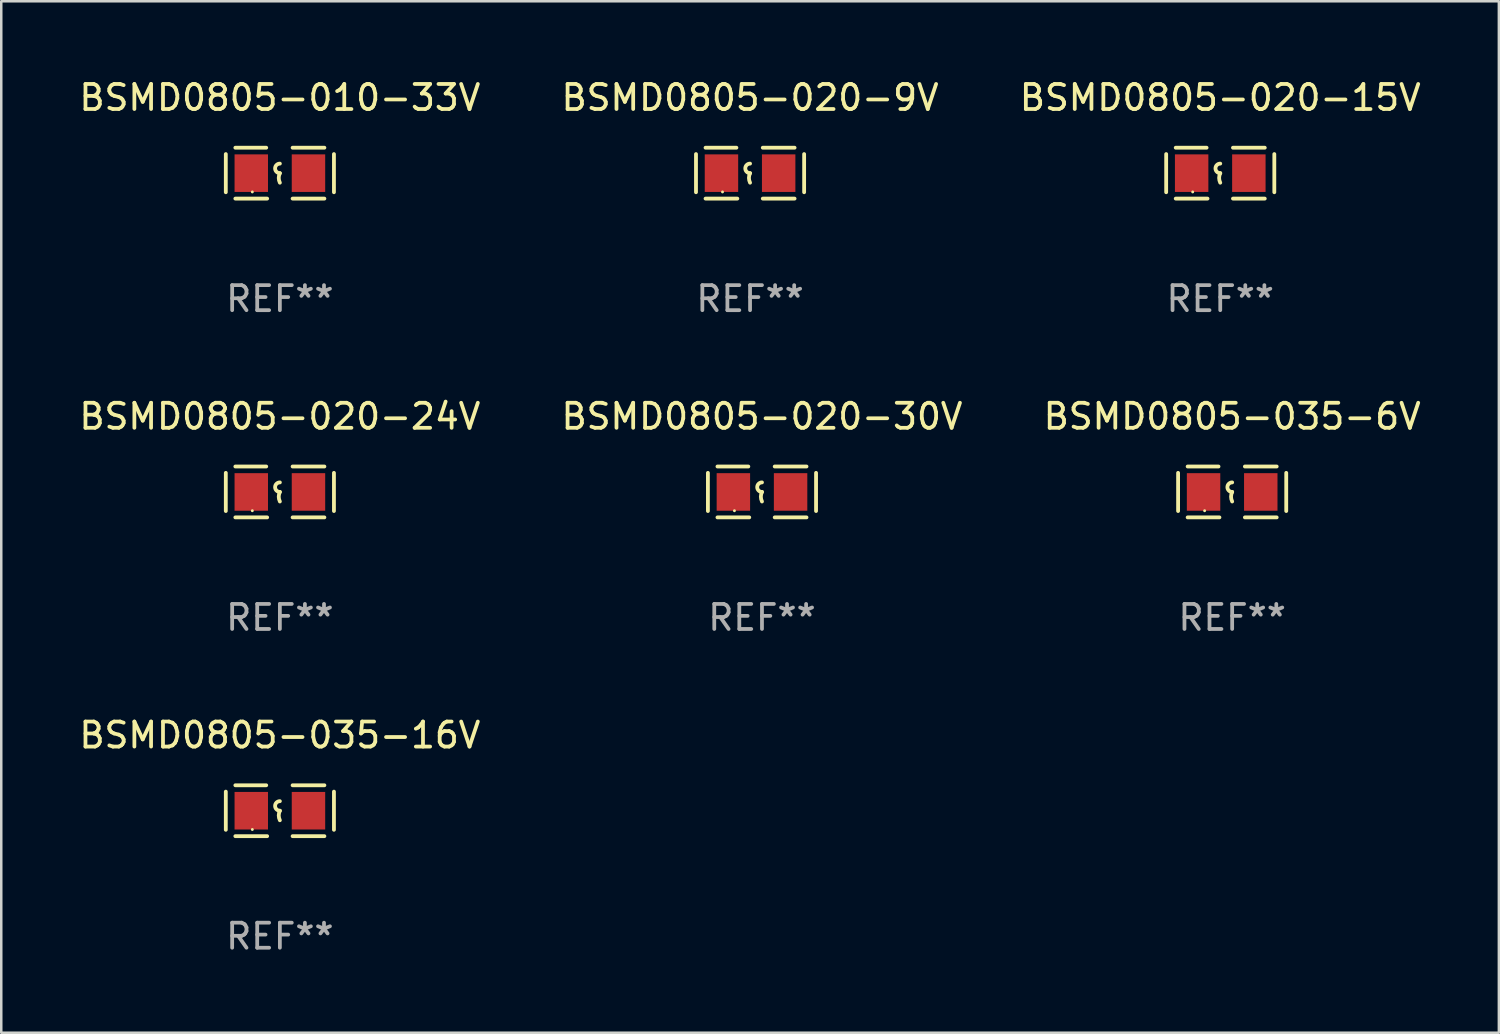
<source format=kicad_pcb>
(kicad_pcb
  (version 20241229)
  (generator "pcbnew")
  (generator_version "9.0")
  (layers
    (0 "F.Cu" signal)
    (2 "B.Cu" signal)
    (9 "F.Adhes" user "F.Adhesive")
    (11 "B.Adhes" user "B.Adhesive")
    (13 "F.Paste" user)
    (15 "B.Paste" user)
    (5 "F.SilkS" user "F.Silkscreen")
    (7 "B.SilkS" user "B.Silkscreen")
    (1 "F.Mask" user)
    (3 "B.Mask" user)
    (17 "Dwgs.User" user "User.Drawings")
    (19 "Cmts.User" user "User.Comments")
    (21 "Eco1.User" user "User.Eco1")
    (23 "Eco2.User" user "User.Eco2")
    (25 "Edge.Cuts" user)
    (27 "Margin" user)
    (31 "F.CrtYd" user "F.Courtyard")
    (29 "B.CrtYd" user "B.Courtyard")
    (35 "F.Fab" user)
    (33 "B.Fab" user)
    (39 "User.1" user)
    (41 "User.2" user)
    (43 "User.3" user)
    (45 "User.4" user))
  (footprint "BSMD0805-020-9V"
    (layer "F.Cu")
    (at 26.899 3.864)
    (property "Reference" "BSMD0805-020-9V" (at 0 -3.016 0) (layer "F.SilkS") (effects (font (size 1 1) (thickness 0.15))))
    (attr through_hole)
    (fp_line (start -2.159 -0.762) (end -2.159 0.762) (stroke (width 0.152) (type solid)) (layer "F.SilkS"))
    (fp_line (start -1.778 -1.016) (end -0.545 -1.016) (stroke (width 0.152) (type solid)) (layer "F.SilkS"))
    (fp_line (start -0.508 1.016) (end -1.778 1.016) (stroke (width 0.152) (type solid)) (layer "F.SilkS"))
    (fp_line (start 0.508 1.016) (end 1.778 1.016) (stroke (width 0.152) (type solid)) (layer "F.SilkS"))
    (fp_line (start 1.778 -1.016) (end 0.508 -1.016) (stroke (width 0.152) (type solid)) (layer "F.SilkS"))
    (fp_line (start 2.159 -0.762) (end 2.159 0.762) (stroke (width 0.152) (type solid)) (layer "F.SilkS"))
    (fp_arc (start 0 0) (mid -0.1905 -0.1905) (end 0 -0.381) (stroke (width 0.151994) (type solid)) (layer "F.SilkS"))
    (fp_arc (start 0 0.381001) (mid -0.044971 0.1905) (end 0 0) (stroke (width 0.151994) (type solid)) (layer "F.SilkS"))
    (fp_circle (center -1.1 0.75) (end -1.07 0.75) (stroke (width 0.06) (type solid)) (fill no) (layer "F.SilkS"))
    (fp_text user "REF**" (at 0 5.016 0) (layer "F.Fab") (effects (font (size 1 1) (thickness 0.15))))
    (pad "1" smd rect (at -1.142 0) (size 1.335 1.5) (layers "F.Cu" "F.Mask" "F.Paste"))
    (pad "2" smd rect (at 1.142 0) (size 1.335 1.5) (layers "F.Cu" "F.Mask" "F.Paste")))
  (footprint "BSMD0805-035-6V"
    (layer "F.Cu")
    (at 46.149 16.593)
    (property "Reference" "BSMD0805-035-6V" (at 0 -3.016 0) (layer "F.SilkS") (effects (font (size 1 1) (thickness 0.15))))
    (attr through_hole)
    (fp_line (start -2.159 -0.762) (end -2.159 0.762) (stroke (width 0.152) (type solid)) (layer "F.SilkS"))
    (fp_line (start -1.778 -1.016) (end -0.545 -1.016) (stroke (width 0.152) (type solid)) (layer "F.SilkS"))
    (fp_line (start -0.508 1.016) (end -1.778 1.016) (stroke (width 0.152) (type solid)) (layer "F.SilkS"))
    (fp_line (start 0.508 1.016) (end 1.778 1.016) (stroke (width 0.152) (type solid)) (layer "F.SilkS"))
    (fp_line (start 1.778 -1.016) (end 0.508 -1.016) (stroke (width 0.152) (type solid)) (layer "F.SilkS"))
    (fp_line (start 2.159 -0.762) (end 2.159 0.762) (stroke (width 0.152) (type solid)) (layer "F.SilkS"))
    (fp_arc (start 0 0) (mid -0.1905 -0.1905) (end 0 -0.381) (stroke (width 0.151994) (type solid)) (layer "F.SilkS"))
    (fp_arc (start 0 0.381001) (mid -0.044971 0.1905) (end 0 0) (stroke (width 0.151994) (type solid)) (layer "F.SilkS"))
    (fp_circle (center -1.1 0.75) (end -1.07 0.75) (stroke (width 0.06) (type solid)) (fill no) (layer "F.SilkS"))
    (fp_text user "REF**" (at 0 5.016 0) (layer "F.Fab") (effects (font (size 1 1) (thickness 0.15))))
    (pad "1" smd rect (at -1.142 0) (size 1.335 1.5) (layers "F.Cu" "F.Mask" "F.Paste"))
    (pad "2" smd rect (at 1.142 0) (size 1.335 1.5) (layers "F.Cu" "F.Mask" "F.Paste")))
  (footprint "BSMD0805-010-33V"
    (layer "F.Cu")
    (at 8.125 3.864)
    (property "Reference" "BSMD0805-010-33V" (at 0 -3.016 0) (layer "F.SilkS") (effects (font (size 1 1) (thickness 0.15))))
    (attr through_hole)
    (fp_line (start -2.159 -0.762) (end -2.159 0.762) (stroke (width 0.152) (type solid)) (layer "F.SilkS"))
    (fp_line (start -1.778 -1.016) (end -0.545 -1.016) (stroke (width 0.152) (type solid)) (layer "F.SilkS"))
    (fp_line (start -0.508 1.016) (end -1.778 1.016) (stroke (width 0.152) (type solid)) (layer "F.SilkS"))
    (fp_line (start 0.508 1.016) (end 1.778 1.016) (stroke (width 0.152) (type solid)) (layer "F.SilkS"))
    (fp_line (start 1.778 -1.016) (end 0.508 -1.016) (stroke (width 0.152) (type solid)) (layer "F.SilkS"))
    (fp_line (start 2.159 -0.762) (end 2.159 0.762) (stroke (width 0.152) (type solid)) (layer "F.SilkS"))
    (fp_arc (start 0 0) (mid -0.1905 -0.1905) (end 0 -0.381) (stroke (width 0.151994) (type solid)) (layer "F.SilkS"))
    (fp_arc (start 0 0.381001) (mid -0.044971 0.1905) (end 0 0) (stroke (width 0.151994) (type solid)) (layer "F.SilkS"))
    (fp_circle (center -1.1 0.75) (end -1.07 0.75) (stroke (width 0.06) (type solid)) (fill no) (layer "F.SilkS"))
    (fp_text user "REF**" (at 0 5.016 0) (layer "F.Fab") (effects (font (size 1 1) (thickness 0.15))))
    (pad "1" smd rect (at -1.142 0) (size 1.335 1.5) (layers "F.Cu" "F.Mask" "F.Paste"))
    (pad "2" smd rect (at 1.142 0) (size 1.335 1.5) (layers "F.Cu" "F.Mask" "F.Paste")))
  (footprint "BSMD0805-020-24V"
    (layer "F.Cu")
    (at 8.125 16.593)
    (property "Reference" "BSMD0805-020-24V" (at 0 -3.016 0) (layer "F.SilkS") (effects (font (size 1 1) (thickness 0.15))))
    (attr through_hole)
    (fp_line (start -2.159 -0.762) (end -2.159 0.762) (stroke (width 0.152) (type solid)) (layer "F.SilkS"))
    (fp_line (start -1.778 -1.016) (end -0.545 -1.016) (stroke (width 0.152) (type solid)) (layer "F.SilkS"))
    (fp_line (start -0.508 1.016) (end -1.778 1.016) (stroke (width 0.152) (type solid)) (layer "F.SilkS"))
    (fp_line (start 0.508 1.016) (end 1.778 1.016) (stroke (width 0.152) (type solid)) (layer "F.SilkS"))
    (fp_line (start 1.778 -1.016) (end 0.508 -1.016) (stroke (width 0.152) (type solid)) (layer "F.SilkS"))
    (fp_line (start 2.159 -0.762) (end 2.159 0.762) (stroke (width 0.152) (type solid)) (layer "F.SilkS"))
    (fp_arc (start 0 0) (mid -0.1905 -0.1905) (end 0 -0.381) (stroke (width 0.151994) (type solid)) (layer "F.SilkS"))
    (fp_arc (start 0 0.381001) (mid -0.044971 0.1905) (end 0 0) (stroke (width 0.151994) (type solid)) (layer "F.SilkS"))
    (fp_circle (center -1.1 0.75) (end -1.07 0.75) (stroke (width 0.06) (type solid)) (fill no) (layer "F.SilkS"))
    (fp_text user "REF**" (at 0 5.016 0) (layer "F.Fab") (effects (font (size 1 1) (thickness 0.15))))
    (pad "1" smd rect (at -1.142 0) (size 1.335 1.5) (layers "F.Cu" "F.Mask" "F.Paste"))
    (pad "2" smd rect (at 1.142 0) (size 1.335 1.5) (layers "F.Cu" "F.Mask" "F.Paste")))
  (footprint "BSMD0805-020-30V"
    (layer "F.Cu")
    (at 27.375 16.593)
    (property "Reference" "BSMD0805-020-30V" (at 0 -3.016 0) (layer "F.SilkS") (effects (font (size 1 1) (thickness 0.15))))
    (attr through_hole)
    (fp_line (start -2.159 -0.762) (end -2.159 0.762) (stroke (width 0.152) (type solid)) (layer "F.SilkS"))
    (fp_line (start -1.778 -1.016) (end -0.545 -1.016) (stroke (width 0.152) (type solid)) (layer "F.SilkS"))
    (fp_line (start -0.508 1.016) (end -1.778 1.016) (stroke (width 0.152) (type solid)) (layer "F.SilkS"))
    (fp_line (start 0.508 1.016) (end 1.778 1.016) (stroke (width 0.152) (type solid)) (layer "F.SilkS"))
    (fp_line (start 1.778 -1.016) (end 0.508 -1.016) (stroke (width 0.152) (type solid)) (layer "F.SilkS"))
    (fp_line (start 2.159 -0.762) (end 2.159 0.762) (stroke (width 0.152) (type solid)) (layer "F.SilkS"))
    (fp_arc (start 0 0) (mid -0.1905 -0.1905) (end 0 -0.381) (stroke (width 0.151994) (type solid)) (layer "F.SilkS"))
    (fp_arc (start 0 0.381001) (mid -0.044971 0.1905) (end 0 0) (stroke (width 0.151994) (type solid)) (layer "F.SilkS"))
    (fp_circle (center -1.1 0.75) (end -1.07 0.75) (stroke (width 0.06) (type solid)) (fill no) (layer "F.SilkS"))
    (fp_text user "REF**" (at 0 5.016 0) (layer "F.Fab") (effects (font (size 1 1) (thickness 0.15))))
    (pad "1" smd rect (at -1.142 0) (size 1.335 1.5) (layers "F.Cu" "F.Mask" "F.Paste"))
    (pad "2" smd rect (at 1.142 0) (size 1.335 1.5) (layers "F.Cu" "F.Mask" "F.Paste")))
  (footprint "BSMD0805-035-16V"
    (layer "F.Cu")
    (at 8.125 29.321)
    (property "Reference" "BSMD0805-035-16V" (at 0 -3.016 0) (layer "F.SilkS") (effects (font (size 1 1) (thickness 0.15))))
    (attr through_hole)
    (fp_line (start -2.159 -0.762) (end -2.159 0.762) (stroke (width 0.152) (type solid)) (layer "F.SilkS"))
    (fp_line (start -1.778 -1.016) (end -0.545 -1.016) (stroke (width 0.152) (type solid)) (layer "F.SilkS"))
    (fp_line (start -0.508 1.016) (end -1.778 1.016) (stroke (width 0.152) (type solid)) (layer "F.SilkS"))
    (fp_line (start 0.508 1.016) (end 1.778 1.016) (stroke (width 0.152) (type solid)) (layer "F.SilkS"))
    (fp_line (start 1.778 -1.016) (end 0.508 -1.016) (stroke (width 0.152) (type solid)) (layer "F.SilkS"))
    (fp_line (start 2.159 -0.762) (end 2.159 0.762) (stroke (width 0.152) (type solid)) (layer "F.SilkS"))
    (fp_arc (start 0 0) (mid -0.1905 -0.1905) (end 0 -0.381) (stroke (width 0.151994) (type solid)) (layer "F.SilkS"))
    (fp_arc (start 0 0.381001) (mid -0.044971 0.1905) (end 0 0) (stroke (width 0.151994) (type solid)) (layer "F.SilkS"))
    (fp_circle (center -1.1 0.75) (end -1.07 0.75) (stroke (width 0.06) (type solid)) (fill no) (layer "F.SilkS"))
    (fp_text user "REF**" (at 0 5.016 0) (layer "F.Fab") (effects (font (size 1 1) (thickness 0.15))))
    (pad "1" smd rect (at -1.142 0) (size 1.335 1.5) (layers "F.Cu" "F.Mask" "F.Paste"))
    (pad "2" smd rect (at 1.142 0) (size 1.335 1.5) (layers "F.Cu" "F.Mask" "F.Paste")))
  (footprint "BSMD0805-020-15V"
    (layer "F.Cu")
    (at 45.673 3.864)
    (property "Reference" "BSMD0805-020-15V" (at 0 -3.016 0) (layer "F.SilkS") (effects (font (size 1 1) (thickness 0.15))))
    (attr through_hole)
    (fp_line (start -2.159 -0.762) (end -2.159 0.762) (stroke (width 0.152) (type solid)) (layer "F.SilkS"))
    (fp_line (start -1.778 -1.016) (end -0.545 -1.016) (stroke (width 0.152) (type solid)) (layer "F.SilkS"))
    (fp_line (start -0.508 1.016) (end -1.778 1.016) (stroke (width 0.152) (type solid)) (layer "F.SilkS"))
    (fp_line (start 0.508 1.016) (end 1.778 1.016) (stroke (width 0.152) (type solid)) (layer "F.SilkS"))
    (fp_line (start 1.778 -1.016) (end 0.508 -1.016) (stroke (width 0.152) (type solid)) (layer "F.SilkS"))
    (fp_line (start 2.159 -0.762) (end 2.159 0.762) (stroke (width 0.152) (type solid)) (layer "F.SilkS"))
    (fp_arc (start 0 0) (mid -0.1905 -0.1905) (end 0 -0.381) (stroke (width 0.151994) (type solid)) (layer "F.SilkS"))
    (fp_arc (start 0 0.381001) (mid -0.044971 0.1905) (end 0 0) (stroke (width 0.151994) (type solid)) (layer "F.SilkS"))
    (fp_circle (center -1.1 0.75) (end -1.07 0.75) (stroke (width 0.06) (type solid)) (fill no) (layer "F.SilkS"))
    (fp_text user "REF**" (at 0 5.016 0) (layer "F.Fab") (effects (font (size 1 1) (thickness 0.15))))
    (pad "1" smd rect (at -1.142 0) (size 1.335 1.5) (layers "F.Cu" "F.Mask" "F.Paste"))
    (pad "2" smd rect (at 1.142 0) (size 1.335 1.5) (layers "F.Cu" "F.Mask" "F.Paste")))
  (gr_rect
    (start -3 -3)
    (end 56.798 38.186)
    (stroke (width 0.1) (type default))
    (fill no)
    (layer "Edge.Cuts")))
</source>
